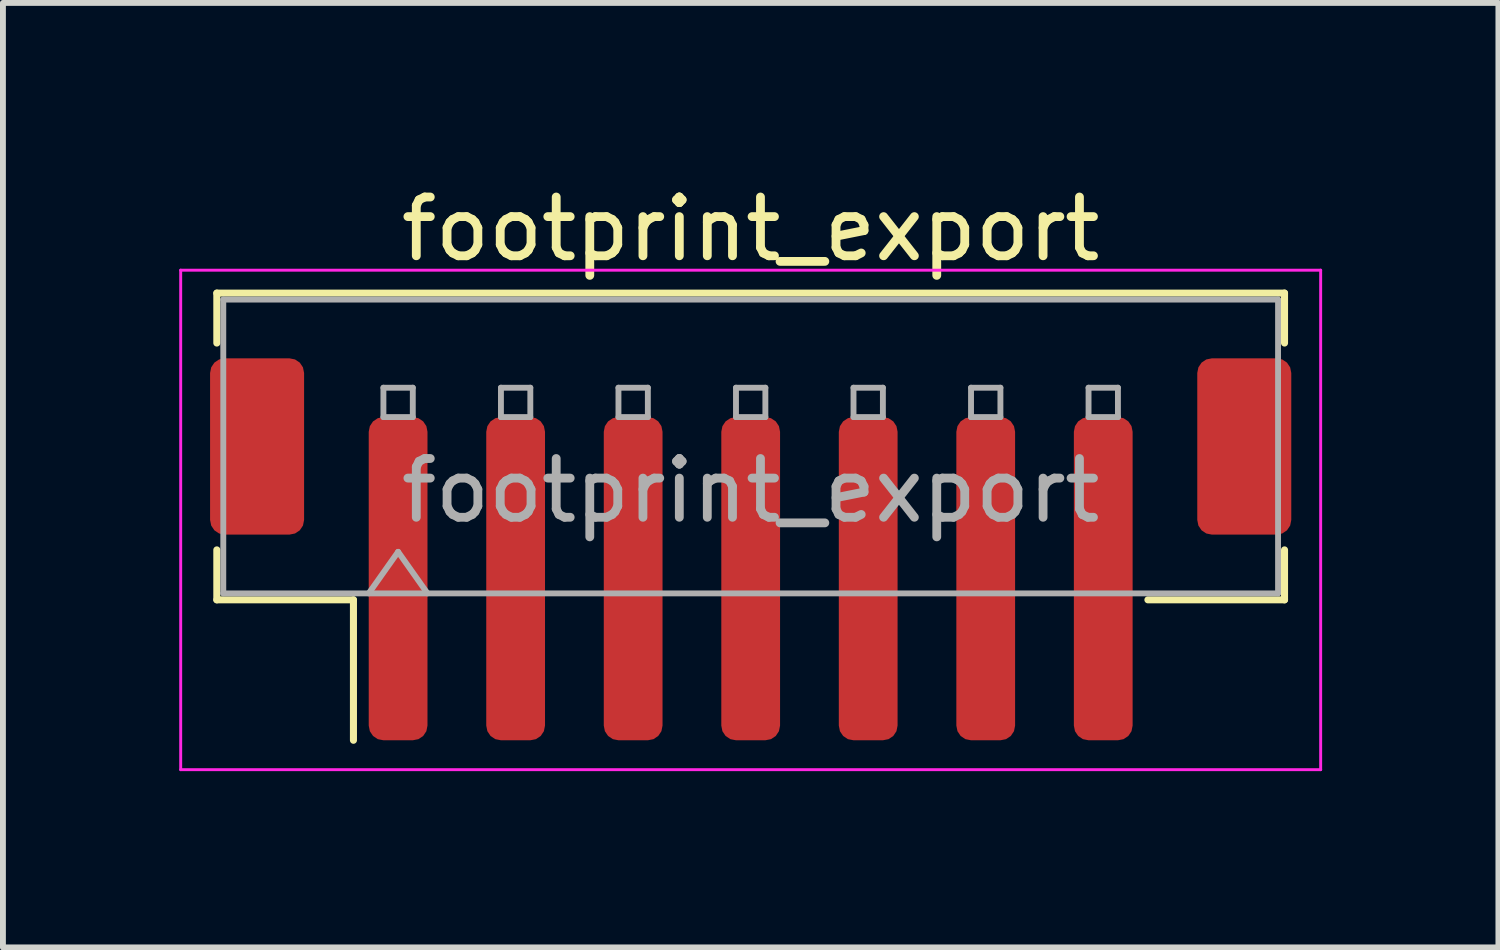
<source format=kicad_pcb>
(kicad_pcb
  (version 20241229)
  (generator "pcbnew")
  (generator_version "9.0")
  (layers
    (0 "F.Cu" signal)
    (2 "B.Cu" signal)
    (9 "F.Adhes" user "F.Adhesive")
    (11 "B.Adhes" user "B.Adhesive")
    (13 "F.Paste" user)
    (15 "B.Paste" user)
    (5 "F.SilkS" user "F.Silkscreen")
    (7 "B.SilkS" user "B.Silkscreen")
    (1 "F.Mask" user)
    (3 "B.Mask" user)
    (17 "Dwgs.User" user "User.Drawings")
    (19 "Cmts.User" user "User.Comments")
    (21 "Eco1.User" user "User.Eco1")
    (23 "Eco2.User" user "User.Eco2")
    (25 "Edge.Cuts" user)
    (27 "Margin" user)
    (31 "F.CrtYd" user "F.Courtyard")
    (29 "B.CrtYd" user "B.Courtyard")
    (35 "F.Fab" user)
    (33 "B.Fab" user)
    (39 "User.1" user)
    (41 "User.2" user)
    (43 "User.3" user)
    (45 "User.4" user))
  (footprint "footprint_export"
    (layer "F.Cu")
    (at 9.725 6.298)
    (property "Reference" "footprint_export" (at 0 -5.45 0) (layer "F.SilkS") (effects (font (size 1 1) (thickness 0.15))))
    (attr smd)
    (fp_line (start -9.085 -4.36) (end 9.085 -4.36) (stroke (width 0.12) (type solid)) (layer "F.SilkS"))
    (fp_line (start -9.085 -3.51) (end -9.085 -4.36) (stroke (width 0.12) (type solid)) (layer "F.SilkS"))
    (fp_line (start -9.085 0.01) (end -9.085 0.86) (stroke (width 0.12) (type solid)) (layer "F.SilkS"))
    (fp_line (start -9.085 0.86) (end -6.76 0.86) (stroke (width 0.12) (type solid)) (layer "F.SilkS"))
    (fp_line (start -6.76 0.86) (end -6.76 3.25) (stroke (width 0.12) (type solid)) (layer "F.SilkS"))
    (fp_line (start 9.085 -4.36) (end 9.085 -3.51) (stroke (width 0.12) (type solid)) (layer "F.SilkS"))
    (fp_line (start 9.085 0.01) (end 9.085 0.86) (stroke (width 0.12) (type solid)) (layer "F.SilkS"))
    (fp_line (start 9.085 0.86) (end 6.76 0.86) (stroke (width 0.12) (type solid)) (layer "F.SilkS"))
    (fp_line (start -9.7 -4.75) (end -9.7 3.75) (stroke (width 0.05) (type solid)) (layer "F.CrtYd"))
    (fp_line (start -9.7 3.75) (end 9.7 3.75) (stroke (width 0.05) (type solid)) (layer "F.CrtYd"))
    (fp_line (start 9.7 -4.75) (end -9.7 -4.75) (stroke (width 0.05) (type solid)) (layer "F.CrtYd"))
    (fp_line (start 9.7 3.75) (end 9.7 -4.75) (stroke (width 0.05) (type solid)) (layer "F.CrtYd"))
    (fp_line (start -8.975 -4.25) (end 8.975 -4.25) (stroke (width 0.1) (type solid)) (layer "F.Fab"))
    (fp_line (start -8.975 0.75) (end -8.975 -4.25) (stroke (width 0.1) (type solid)) (layer "F.Fab"))
    (fp_line (start -8.975 0.75) (end 8.975 0.75) (stroke (width 0.1) (type solid)) (layer "F.Fab"))
    (fp_line (start -6.5 0.75) (end -6 0.043) (stroke (width 0.1) (type solid)) (layer "F.Fab"))
    (fp_line (start -6.25 -2.75) (end -6.25 -2.25) (stroke (width 0.1) (type solid)) (layer "F.Fab"))
    (fp_line (start -6.25 -2.25) (end -5.75 -2.25) (stroke (width 0.1) (type solid)) (layer "F.Fab"))
    (fp_line (start -6 0.043) (end -5.5 0.75) (stroke (width 0.1) (type solid)) (layer "F.Fab"))
    (fp_line (start -5.75 -2.75) (end -6.25 -2.75) (stroke (width 0.1) (type solid)) (layer "F.Fab"))
    (fp_line (start -5.75 -2.25) (end -5.75 -2.75) (stroke (width 0.1) (type solid)) (layer "F.Fab"))
    (fp_line (start -4.25 -2.75) (end -4.25 -2.25) (stroke (width 0.1) (type solid)) (layer "F.Fab"))
    (fp_line (start -4.25 -2.25) (end -3.75 -2.25) (stroke (width 0.1) (type solid)) (layer "F.Fab"))
    (fp_line (start -3.75 -2.75) (end -4.25 -2.75) (stroke (width 0.1) (type solid)) (layer "F.Fab"))
    (fp_line (start -3.75 -2.25) (end -3.75 -2.75) (stroke (width 0.1) (type solid)) (layer "F.Fab"))
    (fp_line (start -2.25 -2.75) (end -2.25 -2.25) (stroke (width 0.1) (type solid)) (layer "F.Fab"))
    (fp_line (start -2.25 -2.25) (end -1.75 -2.25) (stroke (width 0.1) (type solid)) (layer "F.Fab"))
    (fp_line (start -1.75 -2.75) (end -2.25 -2.75) (stroke (width 0.1) (type solid)) (layer "F.Fab"))
    (fp_line (start -1.75 -2.25) (end -1.75 -2.75) (stroke (width 0.1) (type solid)) (layer "F.Fab"))
    (fp_line (start -0.25 -2.75) (end -0.25 -2.25) (stroke (width 0.1) (type solid)) (layer "F.Fab"))
    (fp_line (start -0.25 -2.25) (end 0.25 -2.25) (stroke (width 0.1) (type solid)) (layer "F.Fab"))
    (fp_line (start 0.25 -2.75) (end -0.25 -2.75) (stroke (width 0.1) (type solid)) (layer "F.Fab"))
    (fp_line (start 0.25 -2.25) (end 0.25 -2.75) (stroke (width 0.1) (type solid)) (layer "F.Fab"))
    (fp_line (start 1.75 -2.75) (end 1.75 -2.25) (stroke (width 0.1) (type solid)) (layer "F.Fab"))
    (fp_line (start 1.75 -2.25) (end 2.25 -2.25) (stroke (width 0.1) (type solid)) (layer "F.Fab"))
    (fp_line (start 2.25 -2.75) (end 1.75 -2.75) (stroke (width 0.1) (type solid)) (layer "F.Fab"))
    (fp_line (start 2.25 -2.25) (end 2.25 -2.75) (stroke (width 0.1) (type solid)) (layer "F.Fab"))
    (fp_line (start 3.75 -2.75) (end 3.75 -2.25) (stroke (width 0.1) (type solid)) (layer "F.Fab"))
    (fp_line (start 3.75 -2.25) (end 4.25 -2.25) (stroke (width 0.1) (type solid)) (layer "F.Fab"))
    (fp_line (start 4.25 -2.75) (end 3.75 -2.75) (stroke (width 0.1) (type solid)) (layer "F.Fab"))
    (fp_line (start 4.25 -2.25) (end 4.25 -2.75) (stroke (width 0.1) (type solid)) (layer "F.Fab"))
    (fp_line (start 5.75 -2.75) (end 5.75 -2.25) (stroke (width 0.1) (type solid)) (layer "F.Fab"))
    (fp_line (start 5.75 -2.25) (end 6.25 -2.25) (stroke (width 0.1) (type solid)) (layer "F.Fab"))
    (fp_line (start 6.25 -2.75) (end 5.75 -2.75) (stroke (width 0.1) (type solid)) (layer "F.Fab"))
    (fp_line (start 6.25 -2.25) (end 6.25 -2.75) (stroke (width 0.1) (type solid)) (layer "F.Fab"))
    (fp_line (start 8.975 0.75) (end 8.975 -4.25) (stroke (width 0.1) (type solid)) (layer "F.Fab"))
    (fp_text user "${REFERENCE}" (at 0 -1 0) (layer "F.Fab") (effects (font (size 1 1) (thickness 0.15))))
    (pad "1" smd roundrect (at -6 0.5) (size 1 5.5) (layers "F.Cu" "F.Mask" "F.Paste") (roundrect_rratio 0.25))
    (pad "2" smd roundrect (at -4 0.5) (size 1 5.5) (layers "F.Cu" "F.Mask" "F.Paste") (roundrect_rratio 0.25))
    (pad "3" smd roundrect (at -2 0.5) (size 1 5.5) (layers "F.Cu" "F.Mask" "F.Paste") (roundrect_rratio 0.25))
    (pad "4" smd roundrect (at 0 0.5) (size 1 5.5) (layers "F.Cu" "F.Mask" "F.Paste") (roundrect_rratio 0.25))
    (pad "5" smd roundrect (at 2 0.5) (size 1 5.5) (layers "F.Cu" "F.Mask" "F.Paste") (roundrect_rratio 0.25))
    (pad "6" smd roundrect (at 4 0.5) (size 1 5.5) (layers "F.Cu" "F.Mask" "F.Paste") (roundrect_rratio 0.25))
    (pad "7" smd roundrect (at 6 0.5) (size 1 5.5) (layers "F.Cu" "F.Mask" "F.Paste") (roundrect_rratio 0.25))
    (pad "MP" smd roundrect (at -8.4 -1.75) (size 1.6 3) (layers "F.Cu" "F.Mask" "F.Paste") (roundrect_rratio 0.156))
    (pad "MP" smd roundrect (at 8.4 -1.75) (size 1.6 3) (layers "F.Cu" "F.Mask" "F.Paste") (roundrect_rratio 0.156)))
  (gr_rect
    (start -3 -3)
    (end 22.45 13.073)
    (stroke (width 0.1) (type default))
    (fill no)
    (layer "Edge.Cuts")))
</source>
